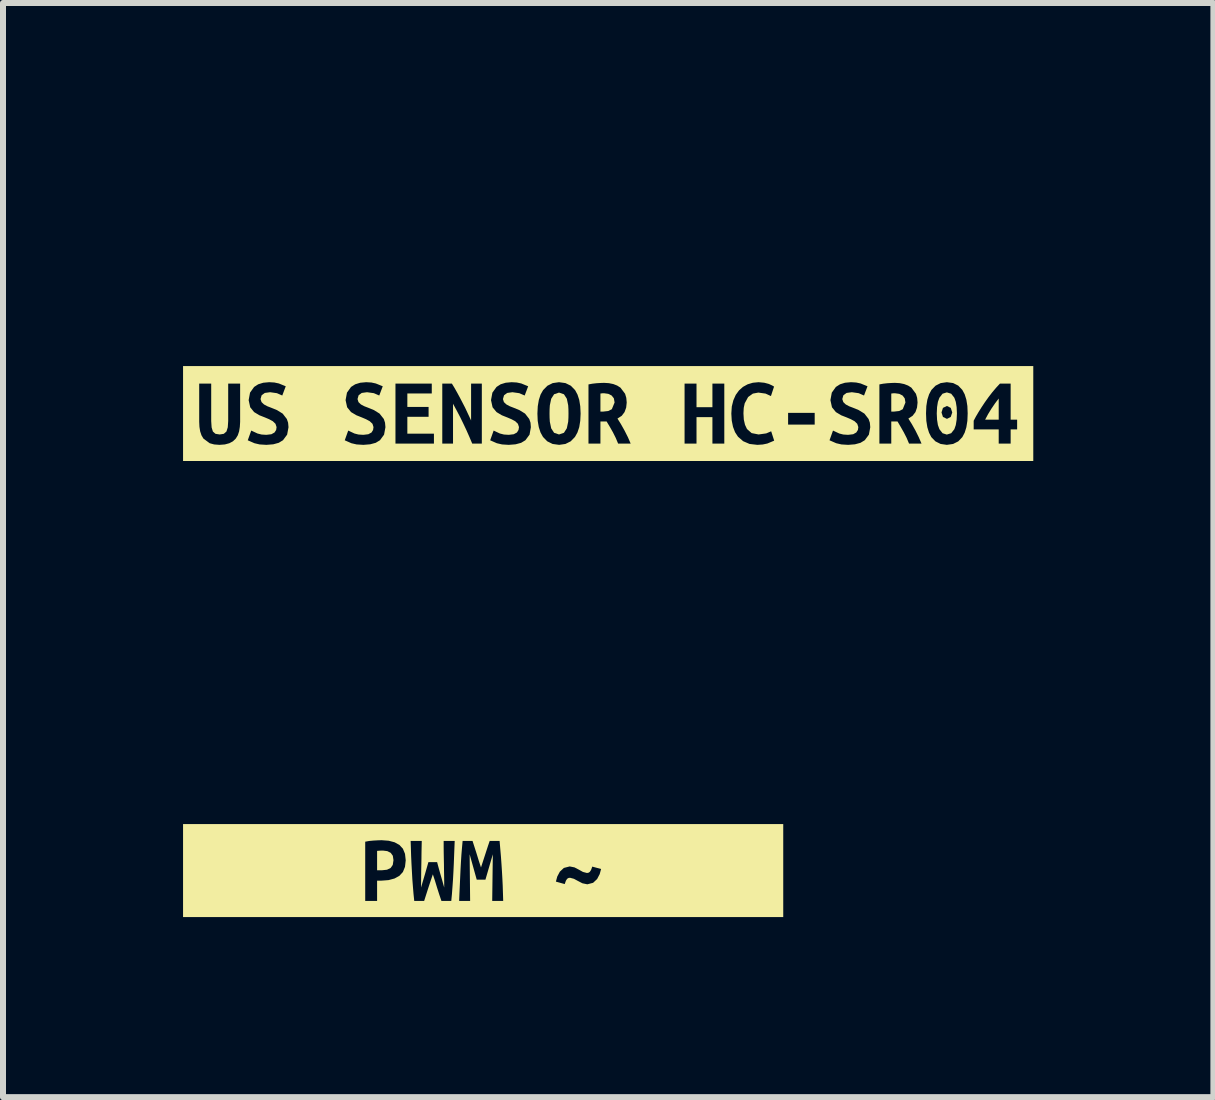
<source format=kicad_pcb>
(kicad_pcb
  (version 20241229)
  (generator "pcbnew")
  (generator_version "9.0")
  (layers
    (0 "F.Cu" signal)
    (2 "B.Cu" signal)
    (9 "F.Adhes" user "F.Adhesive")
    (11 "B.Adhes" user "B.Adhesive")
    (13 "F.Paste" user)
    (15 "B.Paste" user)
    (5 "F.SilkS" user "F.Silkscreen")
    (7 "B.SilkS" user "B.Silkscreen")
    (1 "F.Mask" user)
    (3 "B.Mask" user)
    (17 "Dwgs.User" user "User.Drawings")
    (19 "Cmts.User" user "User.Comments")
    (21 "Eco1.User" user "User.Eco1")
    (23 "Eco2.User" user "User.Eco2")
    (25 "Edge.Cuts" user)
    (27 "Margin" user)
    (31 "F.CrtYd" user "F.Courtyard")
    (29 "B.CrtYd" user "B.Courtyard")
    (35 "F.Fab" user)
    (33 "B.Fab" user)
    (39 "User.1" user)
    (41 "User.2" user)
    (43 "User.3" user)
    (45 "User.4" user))
  (footprint "kibuzzard-67A22DF7"
    (layer "F.Cu")
    (at 7.083 3.84)
    (property "Reference" "kibuzzard-67A22DF7" (at 0 -3.839 0) (layer "F.SilkS") (effects (font (size 0.001 0.001) (thickness 0.15))))
    (attr board_only exclude_from_pos_files exclude_from_bom)
    (fp_poly (pts (xy 6.507 -0.25) (xy 6.447 -0.171) (xy 6.387 -0.083) (xy 6.33 0.01) (xy 6.281 0.102) (xy 6.507 0.102) (xy 6.507 -0.25)) (stroke (width 0) (type solid)) (fill yes) (layer "F.SilkS"))
    (fp_poly (pts (xy 0.107 -0.184) (xy 0.095 -0.253) (xy 0.058 -0.3) (xy 0.002 -0.328) (xy -0.069 -0.338) (xy -0.097 -0.337) (xy -0.129 -0.333) (xy -0.129 -0.032) (xy -0.086 -0.032) (xy 0.002 -0.042) (xy 0.061 -0.072) (xy 0.107 -0.184)) (stroke (width 0) (type solid)) (fill yes) (layer "F.SilkS"))
    (fp_poly (pts (xy 4.953 -0.184) (xy 4.941 -0.253) (xy 4.905 -0.3) (xy 4.849 -0.328) (xy 4.777 -0.338) (xy 4.75 -0.337) (xy 4.717 -0.333) (xy 4.717 -0.032) (xy 4.761 -0.032) (xy 4.849 -0.042) (xy 4.908 -0.072) (xy 4.953 -0.184)) (stroke (width 0) (type solid)) (fill yes) (layer "F.SilkS"))
    (fp_poly (pts (xy -0.977 0) (xy -0.976 0.07) (xy -0.972 0.137) (xy -0.949 0.247) (xy -0.901 0.321) (xy -0.819 0.349) (xy -0.737 0.321) (xy -0.689 0.246) (xy -0.666 0.136) (xy -0.662 0.07) (xy -0.661 0) (xy -0.662 -0.07) (xy -0.666 -0.137) (xy -0.689 -0.247) (xy -0.737 -0.321) (xy -0.819 -0.349) (xy -0.901 -0.321) (xy -0.949 -0.246) (xy -0.972 -0.136) (xy -0.976 -0.07) (xy -0.977 0)) (stroke (width 0) (type solid)) (fill yes) (layer "F.SilkS"))
    (fp_poly (pts (xy 5.811 -0.002) (xy 5.806 -0.107) (xy 5.792 -0.194) (xy 5.768 -0.263) (xy 5.715 -0.33) (xy 5.643 -0.352) (xy 5.571 -0.33) (xy 5.519 -0.263) (xy 5.494 -0.194) (xy 5.48 -0.107) (xy 5.475 -0.002) (xy 5.48 0.104) (xy 5.494 0.192) (xy 5.519 0.261) (xy 5.571 0.328) (xy 5.643 0.351) (xy 5.645 0.35) (xy 5.645 0.089) (xy 5.578 0.057) (xy 5.554 -0.018) (xy 5.578 -0.094) (xy 5.645 -0.126) (xy 5.708 -0.094) (xy 5.733 -0.018) (xy 5.708 0.057) (xy 5.645 0.089) (xy 5.645 0.35) (xy 5.715 0.328) (xy 5.768 0.261) (xy 5.792 0.192) (xy 5.806 0.104) (xy 5.811 -0.002)) (stroke (width 0) (type solid)) (fill yes) (layer "F.SilkS"))
    (fp_poly (pts (xy -6.814 -0.791) (xy -7.083 -0.791) (xy -7.083 0.791) (xy -6.814 0.791) (xy -6.477 0.791) (xy -6.477 0.522) (xy -6.566 0.515) (xy -6.639 0.495) (xy -6.743 0.418) (xy -6.776 0.363) (xy -6.798 0.297) (xy -6.81 0.222) (xy -6.814 0.139) (xy -6.814 -0.499) (xy -6.614 -0.499) (xy -6.614 0.126) (xy -6.607 0.232) (xy -6.586 0.3) (xy -6.543 0.338) (xy -6.473 0.349) (xy -6.404 0.338) (xy -6.36 0.3) (xy -6.338 0.23) (xy -6.331 0.124) (xy -6.331 -0.499) (xy -6.132 -0.499) (xy -6.132 0.139) (xy -6.137 0.222) (xy -6.149 0.297) (xy -6.171 0.363) (xy -6.205 0.418) (xy -6.252 0.463) (xy -6.312 0.495) (xy -6.386 0.515) (xy -6.477 0.522) (xy -6.477 0.791) (xy -5.695 0.791) (xy -5.695 0.522) (xy -5.807 0.515) (xy -5.893 0.495) (xy -6.005 0.446) (xy -5.947 0.284) (xy -5.842 0.333) (xy -5.775 0.35) (xy -5.695 0.355) (xy -5.611 0.345) (xy -5.559 0.316) (xy -5.532 0.274) (xy -5.525 0.226) (xy -5.543 0.171) (xy -5.588 0.128) (xy -5.649 0.095) (xy -5.717 0.066) (xy -5.811 0.029) (xy -5.899 -0.024) (xy -5.964 -0.104) (xy -5.99 -0.223) (xy -5.967 -0.348) (xy -5.899 -0.443) (xy -5.831 -0.487) (xy -5.747 -0.513) (xy -5.648 -0.522) (xy -5.562 -0.517) (xy -5.487 -0.501) (xy -5.372 -0.454) (xy -5.43 -0.3) (xy -5.519 -0.339) (xy -5.633 -0.355) (xy -5.721 -0.343) (xy -5.774 -0.304) (xy -5.792 -0.241) (xy -5.775 -0.19) (xy -5.734 -0.151) (xy -5.678 -0.121) (xy -5.616 -0.097) (xy -5.518 -0.057) (xy -5.424 0.001) (xy -5.354 0.091) (xy -5.333 0.152) (xy -5.326 0.228) (xy -5.349 0.352) (xy -5.418 0.445) (xy -5.489 0.488) (xy -5.581 0.513) (xy -5.695 0.522) (xy -5.695 0.791) (xy -4.079 0.791) (xy -4.079 0.522) (xy -4.191 0.515) (xy -4.278 0.495) (xy -4.389 0.446) (xy -4.331 0.284) (xy -4.227 0.333) (xy -4.16 0.35) (xy -4.079 0.355) (xy -3.996 0.345) (xy -3.943 0.316) (xy -3.917 0.274) (xy -3.91 0.226) (xy -3.927 0.171) (xy -3.973 0.128) (xy -4.034 0.095) (xy -4.102 0.066) (xy -4.195 0.029) (xy -4.284 -0.024) (xy -4.349 -0.104) (xy -4.375 -0.223) (xy -4.352 -0.348) (xy -4.284 -0.443) (xy -4.215 -0.487) (xy -4.131 -0.513) (xy -4.032 -0.522) (xy -3.946 -0.517) (xy -3.872 -0.501) (xy -3.756 -0.454) (xy -3.814 -0.3) (xy -3.904 -0.339) (xy -4.018 -0.355) (xy -4.106 -0.343) (xy -4.158 -0.304) (xy -4.176 -0.241) (xy -4.16 -0.19) (xy -4.119 -0.151) (xy -4.062 -0.121) (xy -4 -0.097) (xy -3.902 -0.057) (xy -3.809 0.001) (xy -3.738 0.091) (xy -3.718 0.152) (xy -3.711 0.228) (xy -3.734 0.352) (xy -3.802 0.445) (xy -3.873 0.488) (xy -3.966 0.513) (xy -4.079 0.522) (xy -4.079 0.791) (xy -3.544 0.791) (xy -3.544 0.501) (xy -3.544 -0.499) (xy -2.939 -0.499) (xy -2.939 -0.334) (xy -3.346 -0.334) (xy -3.346 -0.11) (xy -2.992 -0.11) (xy -2.992 0.055) (xy -3.346 0.055) (xy -3.346 0.336) (xy -2.903 0.336) (xy -2.903 0.501) (xy -3.544 0.501) (xy -3.544 0.791) (xy -2.265 0.791) (xy -2.265 0.501) (xy -2.312 0.39) (xy -2.361 0.279) (xy -2.413 0.169) (xy -2.467 0.058) (xy -2.525 -0.052) (xy -2.585 -0.163) (xy -2.585 0.501) (xy -2.764 0.501) (xy -2.764 -0.499) (xy -2.604 -0.499) (xy -2.559 -0.425) (xy -2.514 -0.345) (xy -2.469 -0.262) (xy -2.426 -0.179) (xy -2.384 -0.098) (xy -2.347 -0.019) (xy -2.313 0.053) (xy -2.284 0.116) (xy -2.284 -0.499) (xy -2.105 -0.499) (xy -2.105 0.501) (xy -2.265 0.501) (xy -2.265 0.791) (xy -1.656 0.791) (xy -1.656 0.522) (xy -1.768 0.515) (xy -1.855 0.495) (xy -1.966 0.446) (xy -1.908 0.284) (xy -1.804 0.333) (xy -1.736 0.35) (xy -1.656 0.355) (xy -1.573 0.345) (xy -1.52 0.316) (xy -1.494 0.274) (xy -1.486 0.226) (xy -1.504 0.171) (xy -1.549 0.128) (xy -1.611 0.095) (xy -1.679 0.066) (xy -1.772 0.029) (xy -1.86 -0.024) (xy -1.926 -0.104) (xy -1.952 -0.223) (xy -1.929 -0.348) (xy -1.86 -0.443) (xy -1.792 -0.487) (xy -1.708 -0.513) (xy -1.609 -0.522) (xy -1.523 -0.517) (xy -1.448 -0.501) (xy -1.333 -0.454) (xy -1.391 -0.3) (xy -1.481 -0.339) (xy -1.595 -0.355) (xy -1.682 -0.343) (xy -1.735 -0.304) (xy -1.753 -0.241) (xy -1.737 -0.19) (xy -1.695 -0.151) (xy -1.639 -0.121) (xy -1.577 -0.097) (xy -1.479 -0.057) (xy -1.385 0.001) (xy -1.315 0.091) (xy -1.294 0.152) (xy -1.288 0.228) (xy -1.31 0.352) (xy -1.379 0.445) (xy -1.45 0.488) (xy -1.543 0.513) (xy -1.656 0.522) (xy -1.656 0.791) (xy -0.817 0.791) (xy -0.817 0.522) (xy -0.926 0.507) (xy -1.015 0.463) (xy -1.086 0.39) (xy -1.127 0.316) (xy -1.156 0.227) (xy -1.174 0.121) (xy -1.179 0) (xy -1.173 -0.121) (xy -1.155 -0.227) (xy -1.126 -0.316) (xy -1.084 -0.39) (xy -1.012 -0.463) (xy -0.924 -0.507) (xy -0.819 -0.522) (xy -0.711 -0.507) (xy -0.622 -0.463) (xy -0.551 -0.39) (xy -0.511 -0.316) (xy -0.482 -0.227) (xy -0.465 -0.121) (xy -0.459 0) (xy -0.465 0.121) (xy -0.482 0.227) (xy -0.512 0.316) (xy -0.553 0.39) (xy -0.624 0.463) (xy -0.712 0.507) (xy -0.817 0.522) (xy -0.817 0.791) (xy 0.375 0.791) (xy 0.375 0.501) (xy 0.166 0.501) (xy 0.126 0.406) (xy 0.08 0.314) (xy 0.029 0.224) (xy -0.026 0.132) (xy -0.129 0.132) (xy -0.129 0.501) (xy -0.328 0.501) (xy -0.328 -0.485) (xy -0.264 -0.497) (xy -0.194 -0.505) (xy -0.126 -0.509) (xy -0.069 -0.511) (xy 0.012 -0.506) (xy 0.086 -0.491) (xy 0.15 -0.466) (xy 0.205 -0.431) (xy 0.282 -0.329) (xy 0.302 -0.261) (xy 0.309 -0.183) (xy 0.3 -0.099) (xy 0.273 -0.024) (xy 0.226 0.038) (xy 0.155 0.084) (xy 0.213 0.177) (xy 0.273 0.284) (xy 0.329 0.395) (xy 0.375 0.501) (xy 0.375 0.791) (xy 1.935 0.791) (xy 1.935 0.501) (xy 1.737 0.501) (xy 1.737 0.06) (xy 1.472 0.06) (xy 1.472 0.501) (xy 1.273 0.501) (xy 1.273 -0.499) (xy 1.472 -0.499) (xy 1.472 -0.105) (xy 1.737 -0.105) (xy 1.737 -0.499) (xy 1.935 -0.499) (xy 1.935 0.501) (xy 1.935 0.791) (xy 2.486 0.791) (xy 2.486 0.522) (xy 2.356 0.507) (xy 2.249 0.461) (xy 2.163 0.386) (xy 2.114 0.311) (xy 2.08 0.222) (xy 2.059 0.118) (xy 2.052 0) (xy 2.06 -0.118) (xy 2.086 -0.221) (xy 2.126 -0.311) (xy 2.18 -0.385) (xy 2.246 -0.444) (xy 2.324 -0.487) (xy 2.411 -0.513) (xy 2.506 -0.522) (xy 2.602 -0.513) (xy 2.677 -0.493) (xy 2.731 -0.468) (xy 2.764 -0.449) (xy 2.712 -0.291) (xy 2.623 -0.332) (xy 2.502 -0.349) (xy 2.411 -0.332) (xy 2.332 -0.275) (xy 2.275 -0.17) (xy 2.259 -0.095) (xy 2.254 -0.005) (xy 2.26 0.1) (xy 2.28 0.188) (xy 2.313 0.258) (xy 2.39 0.326) (xy 2.506 0.349) (xy 2.634 0.331) (xy 2.716 0.296) (xy 2.766 0.452) (xy 2.652 0.5) (xy 2.575 0.516) (xy 2.486 0.522) (xy 2.486 0.791) (xy 3.441 0.791) (xy 3.441 0.184) (xy 2.998 0.184) (xy 2.998 -0.011) (xy 3.441 -0.011) (xy 3.441 0.184) (xy 3.441 0.791) (xy 3.998 0.791) (xy 3.998 0.522) (xy 3.887 0.515) (xy 3.8 0.495) (xy 3.688 0.446) (xy 3.746 0.284) (xy 3.851 0.333) (xy 3.918 0.35) (xy 3.998 0.355) (xy 4.082 0.345) (xy 4.134 0.316) (xy 4.161 0.274) (xy 4.168 0.226) (xy 4.15 0.171) (xy 4.105 0.128) (xy 4.044 0.095) (xy 3.976 0.066) (xy 3.882 0.029) (xy 3.794 -0.024) (xy 3.729 -0.104) (xy 3.703 -0.223) (xy 3.726 -0.348) (xy 3.794 -0.443) (xy 3.863 -0.487) (xy 3.946 -0.513) (xy 4.045 -0.522) (xy 4.131 -0.517) (xy 4.206 -0.501) (xy 4.321 -0.454) (xy 4.263 -0.3) (xy 4.174 -0.339) (xy 4.06 -0.355) (xy 3.972 -0.343) (xy 3.919 -0.304) (xy 3.901 -0.241) (xy 3.918 -0.19) (xy 3.959 -0.151) (xy 4.015 -0.121) (xy 4.078 -0.097) (xy 4.175 -0.057) (xy 4.269 0.001) (xy 4.339 0.091) (xy 4.36 0.152) (xy 4.367 0.228) (xy 4.344 0.352) (xy 4.275 0.445) (xy 4.204 0.488) (xy 4.112 0.513) (xy 3.998 0.522) (xy 3.998 0.791) (xy 5.221 0.791) (xy 5.221 0.501) (xy 5.013 0.501) (xy 4.973 0.406) (xy 4.926 0.314) (xy 4.875 0.224) (xy 4.821 0.132) (xy 4.717 0.132) (xy 4.717 0.501) (xy 4.519 0.501) (xy 4.519 -0.485) (xy 4.582 -0.497) (xy 4.653 -0.505) (xy 4.721 -0.509) (xy 4.777 -0.511) (xy 4.859 -0.506) (xy 4.932 -0.491) (xy 4.997 -0.466) (xy 5.052 -0.431) (xy 5.128 -0.329) (xy 5.148 -0.261) (xy 5.155 -0.183) (xy 5.146 -0.099) (xy 5.12 -0.024) (xy 5.072 0.038) (xy 5.002 0.084) (xy 5.06 0.177) (xy 5.12 0.284) (xy 5.175 0.395) (xy 5.221 0.501) (xy 5.221 0.791) (xy 5.643 0.791) (xy 5.643 0.522) (xy 5.539 0.507) (xy 5.453 0.464) (xy 5.384 0.393) (xy 5.346 0.319) (xy 5.318 0.229) (xy 5.301 0.122) (xy 5.296 -0.002) (xy 5.301 -0.124) (xy 5.318 -0.23) (xy 5.347 -0.32) (xy 5.386 -0.393) (xy 5.455 -0.464) (xy 5.54 -0.507) (xy 5.643 -0.522) (xy 5.747 -0.508) (xy 5.833 -0.465) (xy 5.901 -0.393) (xy 5.94 -0.321) (xy 5.968 -0.231) (xy 5.985 -0.125) (xy 5.99 -0.002) (xy 5.985 0.122) (xy 5.968 0.229) (xy 5.94 0.319) (xy 5.901 0.393) (xy 5.833 0.464) (xy 5.747 0.507) (xy 5.643 0.522) (xy 5.643 0.791) (xy 6.706 0.791) (xy 6.706 0.501) (xy 6.507 0.501) (xy 6.507 0.265) (xy 6.09 0.265) (xy 6.09 0.12) (xy 6.126 0.052) (xy 6.17 -0.023) (xy 6.221 -0.104) (xy 6.276 -0.187) (xy 6.336 -0.271) (xy 6.399 -0.353) (xy 6.464 -0.43) (xy 6.528 -0.499) (xy 6.706 -0.499) (xy 6.706 0.102) (xy 6.814 0.102) (xy 6.814 0.265) (xy 6.706 0.265) (xy 6.706 0.501) (xy 6.706 0.791) (xy 6.814 0.791) (xy 7.083 0.791) (xy 7.083 -0.791) (xy 6.814 -0.791) (xy -6.814 -0.791)) (stroke (width 0) (type solid)) (fill yes) (layer "F.SilkS")))
  (footprint "kibuzzard-67A201FA"
    (layer "F.Cu")
    (at 5 11.455)
    (property "Reference" "kibuzzard-67A201FA" (at 0 -3.823 0) (layer "F.SilkS") (effects (font (size 0.001 0.001) (thickness 0.15))))
    (attr board_only exclude_from_pos_files exclude_from_bom)
    (fp_poly (pts (xy -1.668 -0.333) (xy -1.717 -0.332) (xy -1.767 -0.328) (xy -1.767 -0.005) (xy -1.686 -0.005) (xy -1.602 -0.014) (xy -1.542 -0.043) (xy -1.506 -0.094) (xy -1.494 -0.173) (xy -1.505 -0.247) (xy -1.541 -0.296) (xy -1.597 -0.324) (xy -1.668 -0.333)) (stroke (width 0) (type solid)) (fill yes) (layer "F.SilkS"))
    (fp_poly (pts (xy -5 -0.775) (xy -5 -0.775) (xy -5 0.775) (xy -5 0.775) (xy -1.767 0.775) (xy -1.767 0.506) (xy -1.965 0.506) (xy -1.965 -0.481) (xy -1.9 -0.493) (xy -1.826 -0.5) (xy -1.754 -0.504) (xy -1.691 -0.506) (xy -1.573 -0.497) (xy -1.475 -0.471) (xy -1.395 -0.427) (xy -1.337 -0.364) (xy -1.302 -0.279) (xy -1.29 -0.171) (xy -1.302 -0.063) (xy -1.337 0.024) (xy -1.396 0.088) (xy -1.476 0.132) (xy -1.576 0.159) (xy -1.695 0.168) (xy -1.767 0.168) (xy -1.767 0.506) (xy -1.767 0.775) (xy -0.531 0.775) (xy -0.531 0.506) (xy -0.695 0.506) (xy -0.731 0.4) (xy -0.767 0.287) (xy -0.802 0.172) (xy -0.838 0.063) (xy -0.874 0.169) (xy -0.912 0.284) (xy -0.949 0.399) (xy -0.983 0.506) (xy -1.148 0.506) (xy -1.16 0.391) (xy -1.17 0.269) (xy -1.18 0.143) (xy -1.187 0.015) (xy -1.194 -0.113) (xy -1.2 -0.243) (xy -1.204 -0.371) (xy -1.208 -0.494) (xy -1.023 -0.494) (xy -1.025 -0.397) (xy -1.027 -0.297) (xy -1.028 -0.196) (xy -1.03 -0.095) (xy -1.032 0.005) (xy -1.033 0.103) (xy -1.034 0.196) (xy -1.035 0.283) (xy -1.002 0.17) (xy -0.966 0.048) (xy -0.935 -0.061) (xy -0.912 -0.141) (xy -0.767 -0.141) (xy -0.747 -0.065) (xy -0.719 0.036) (xy -0.685 0.153) (xy -0.649 0.283) (xy -0.649 0.196) (xy -0.65 0.103) (xy -0.652 0.005) (xy -0.653 -0.094) (xy -0.655 -0.194) (xy -0.657 -0.296) (xy -0.658 -0.397) (xy -0.658 -0.494) (xy -0.474 -0.494) (xy -0.479 -0.37) (xy -0.484 -0.242) (xy -0.489 -0.112) (xy -0.495 0.017) (xy -0.502 0.144) (xy -0.511 0.27) (xy -0.52 0.391) (xy -0.531 0.506) (xy -0.531 0.775) (xy 0.334 0.775) (xy 0.334 0.506) (xy 0.151 0.506) (xy 0.161 -0.271) (xy 0.038 0.152) (xy -0.107 0.152) (xy -0.225 -0.271) (xy -0.217 0.506) (xy -0.4 0.506) (xy -0.395 0.38) (xy -0.389 0.25) (xy -0.383 0.118) (xy -0.377 -0.013) (xy -0.37 -0.142) (xy -0.362 -0.267) (xy -0.352 -0.385) (xy -0.342 -0.494) (xy -0.177 -0.494) (xy -0.149 -0.407) (xy -0.112 -0.292) (xy -0.074 -0.168) (xy -0.036 -0.052) (xy 0.004 -0.175) (xy 0.044 -0.298) (xy 0.08 -0.409) (xy 0.109 -0.494) (xy 0.274 -0.494) (xy 0.285 -0.365) (xy 0.296 -0.239) (xy 0.305 -0.115) (xy 0.313 0.007) (xy 0.32 0.13) (xy 0.326 0.253) (xy 0.33 0.378) (xy 0.334 0.506) (xy 0.334 0.775) (xy 1.736 0.775) (xy 1.736 0.229) (xy 1.654 0.212) (xy 1.581 0.174) (xy 1.512 0.137) (xy 1.448 0.12) (xy 1.423 0.123) (xy 1.4 0.137) (xy 1.379 0.168) (xy 1.359 0.225) (xy 1.212 0.184) (xy 1.235 0.099) (xy 1.278 0.018) (xy 1.345 -0.044) (xy 1.442 -0.069) (xy 1.522 -0.053) (xy 1.595 -0.015) (xy 1.663 0.023) (xy 1.728 0.04) (xy 1.753 0.037) (xy 1.776 0.023) (xy 1.798 -0.01) (xy 1.818 -0.066) (xy 1.965 -0.026) (xy 1.942 0.059) (xy 1.899 0.141) (xy 1.832 0.204) (xy 1.736 0.229) (xy 1.736 0.775) (xy 5 0.775) (xy 5 0.775) (xy 5 -0.775) (xy 5 -0.775) (xy -5 -0.775)) (stroke (width 0) (type solid)) (fill yes) (layer "F.SilkS")))
  (gr_rect
    (start -3 -3)
    (end 17.167 15.23)
    (stroke (width 0.1) (type default))
    (fill no)
    (layer "Edge.Cuts")))
</source>
